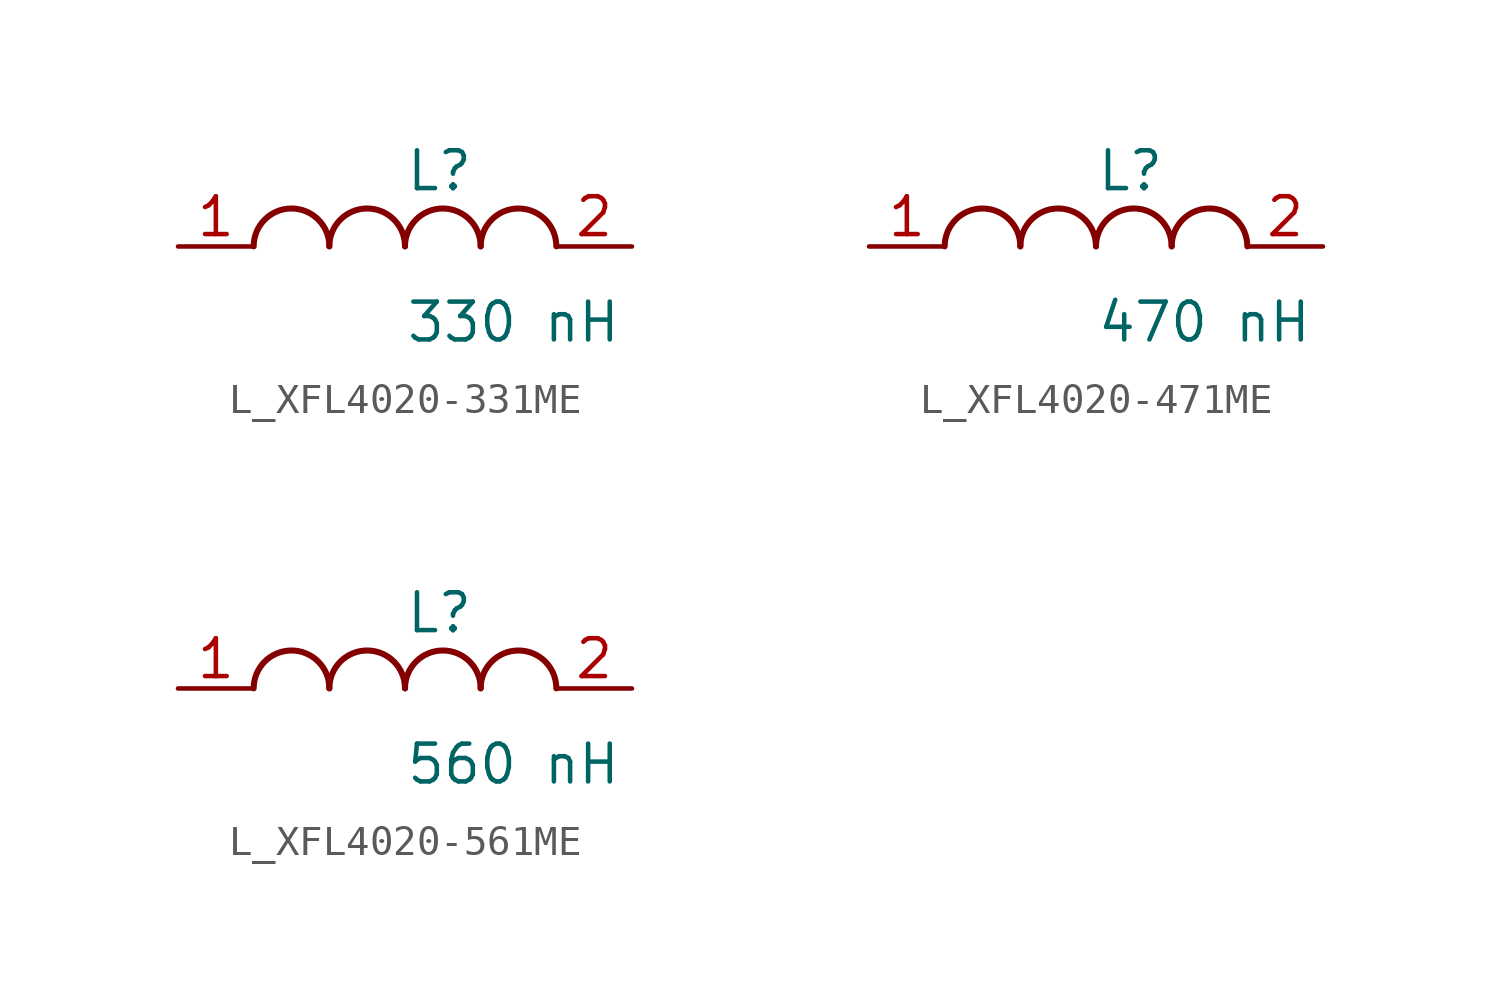
<source format=kicad_sym>
(kicad_symbol_lib
  (version 20231120)
  (generator kicad_symbol_editor)
  (generator_version 8.0)
  (symbol "L_XFL4020-331ME"
    (pin_names
      (offset 0.254))
    (property "Reference" "L"
      (at 0 2.54 0)
      (effects (font (size 1.27 1.27)) (justify left)))
    (property "Value" "330 nH"
      (at 0 -2.54 0)
      (effects (font (size 1.27 1.27)) (justify left)))
    (symbol "L_XFL4020-331ME_1_1"
      (arc (start -2.54 0.0056) (mid -3.81 1.27) (end -5.08 0.0056) (stroke (width 0.2032) (type default)) (fill (type none)))
      (arc (start 0 0.0056) (mid -1.27 1.27) (end -2.54 0.0056) (stroke (width 0.2032) (type default)) (fill (type none)))
      (arc (start 2.54 0.0056) (mid 1.27 1.27) (end 0 0.0056) (stroke (width 0.2032) (type default)) (fill (type none)))
      (arc (start 5.08 0.0056) (mid 3.81 1.27) (end 2.54 0.0056) (stroke (width 0.2032) (type default)) (fill (type none)))
      (pin unspecified line (at -7.62 0 0) (length 2.54) (name "" (effects (font (size 1.27 1.27)))) (number "1" (effects (font (size 1.27 1.27)))))
      (pin unspecified line (at 7.62 0 180) (length 2.54) (name "" (effects (font (size 1.27 1.27)))) (number "2" (effects (font (size 1.27 1.27)))))))
  (symbol "L_XFL4020-471ME"
    (pin_names
      (offset 0.254))
    (property "Reference" "L"
      (at 0 2.54 0)
      (effects (font (size 1.27 1.27)) (justify left)))
    (property "Value" "470 nH"
      (at 0 -2.54 0)
      (effects (font (size 1.27 1.27)) (justify left)))
    (symbol "L_XFL4020-471ME_1_1"
      (arc (start -2.54 0.0056) (mid -3.81 1.27) (end -5.08 0.0056) (stroke (width 0.2032) (type default)) (fill (type none)))
      (arc (start 0 0.0056) (mid -1.27 1.27) (end -2.54 0.0056) (stroke (width 0.2032) (type default)) (fill (type none)))
      (arc (start 2.54 0.0056) (mid 1.27 1.27) (end 0 0.0056) (stroke (width 0.2032) (type default)) (fill (type none)))
      (arc (start 5.08 0.0056) (mid 3.81 1.27) (end 2.54 0.0056) (stroke (width 0.2032) (type default)) (fill (type none)))
      (pin unspecified line (at -7.62 0 0) (length 2.54) (name "" (effects (font (size 1.27 1.27)))) (number "1" (effects (font (size 1.27 1.27)))))
      (pin unspecified line (at 7.62 0 180) (length 2.54) (name "" (effects (font (size 1.27 1.27)))) (number "2" (effects (font (size 1.27 1.27)))))))
  (symbol "L_XFL4020-561ME"
    (pin_names
      (offset 0.254))
    (property "Reference" "L"
      (at 0 2.54 0)
      (effects (font (size 1.27 1.27)) (justify left)))
    (property "Value" "560 nH"
      (at 0 -2.54 0)
      (effects (font (size 1.27 1.27)) (justify left)))
    (symbol "L_XFL4020-561ME_1_1"
      (arc (start -2.54 0.0056) (mid -3.81 1.27) (end -5.08 0.0056) (stroke (width 0.2032) (type default)) (fill (type none)))
      (arc (start 0 0.0056) (mid -1.27 1.27) (end -2.54 0.0056) (stroke (width 0.2032) (type default)) (fill (type none)))
      (arc (start 2.54 0.0056) (mid 1.27 1.27) (end 0 0.0056) (stroke (width 0.2032) (type default)) (fill (type none)))
      (arc (start 5.08 0.0056) (mid 3.81 1.27) (end 2.54 0.0056) (stroke (width 0.2032) (type default)) (fill (type none)))
      (pin unspecified line (at -7.62 0 0) (length 2.54) (name "" (effects (font (size 1.27 1.27)))) (number "1" (effects (font (size 1.27 1.27)))))
      (pin unspecified line (at 7.62 0 180) (length 2.54) (name "" (effects (font (size 1.27 1.27)))) (number "2" (effects (font (size 1.27 1.27))))))))
</source>
